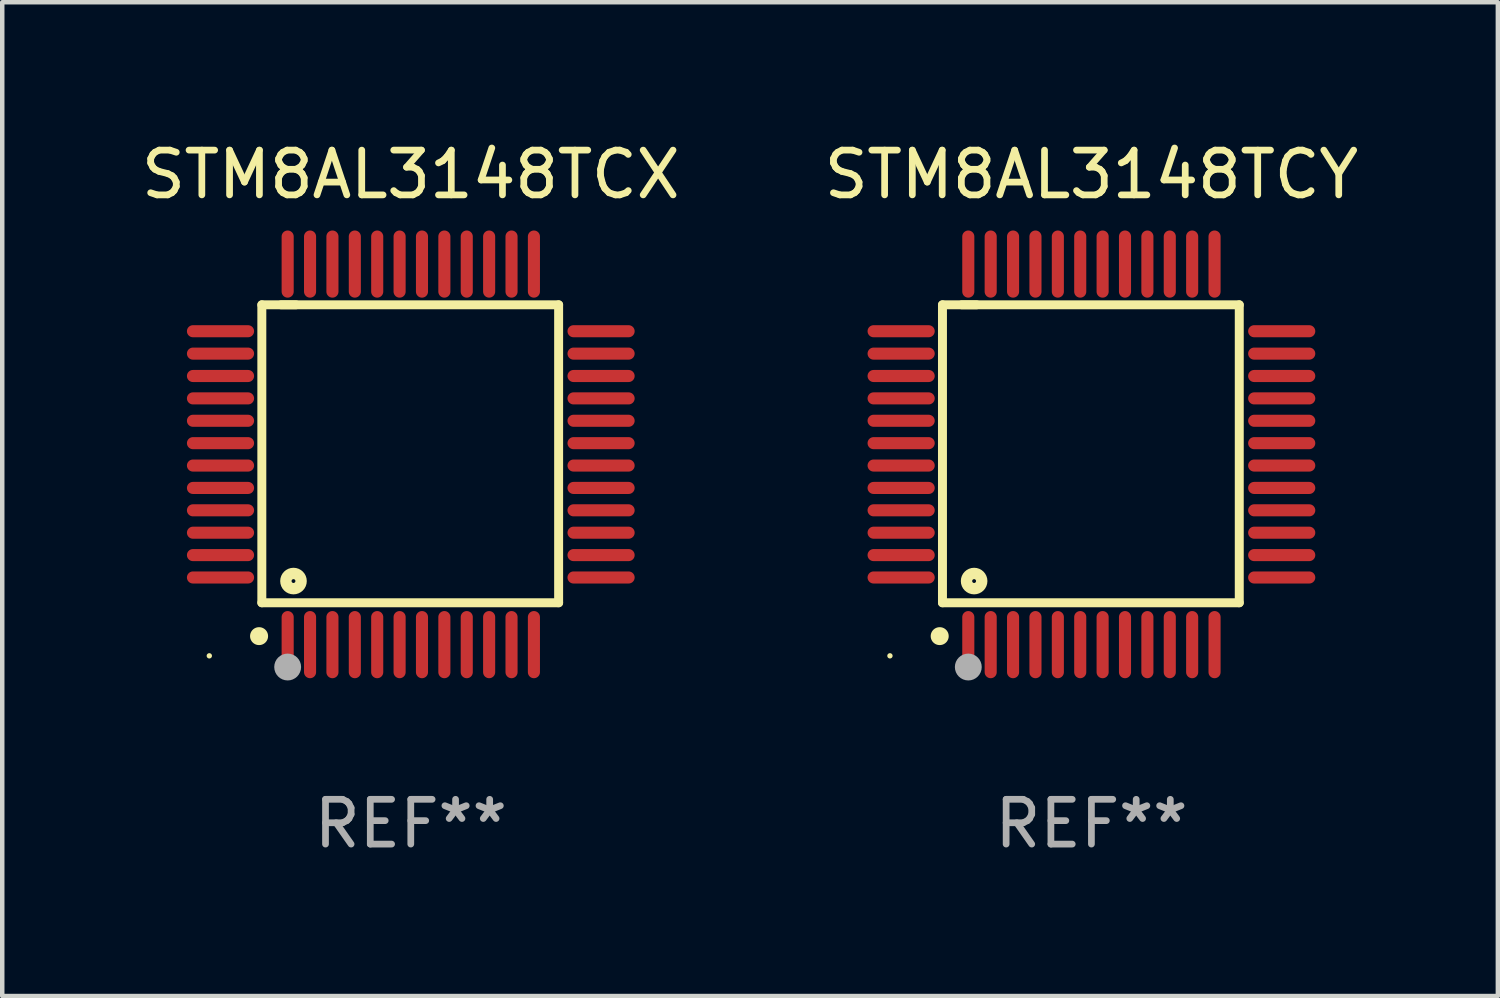
<source format=kicad_pcb>
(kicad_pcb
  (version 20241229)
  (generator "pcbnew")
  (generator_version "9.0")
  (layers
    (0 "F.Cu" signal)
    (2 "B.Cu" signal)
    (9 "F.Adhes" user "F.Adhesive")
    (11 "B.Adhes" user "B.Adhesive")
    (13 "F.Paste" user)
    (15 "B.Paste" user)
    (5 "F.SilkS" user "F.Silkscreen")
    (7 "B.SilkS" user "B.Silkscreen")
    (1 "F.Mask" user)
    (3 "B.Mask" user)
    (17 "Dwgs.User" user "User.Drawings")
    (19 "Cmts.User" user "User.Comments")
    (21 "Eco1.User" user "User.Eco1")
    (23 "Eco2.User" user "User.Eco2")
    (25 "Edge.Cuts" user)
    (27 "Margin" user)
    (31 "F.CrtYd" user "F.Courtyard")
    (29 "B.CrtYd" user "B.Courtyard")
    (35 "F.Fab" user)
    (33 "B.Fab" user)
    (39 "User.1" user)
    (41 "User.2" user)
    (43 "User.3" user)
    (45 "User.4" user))
  (footprint "STM8AL3148TCY"
    (layer "F.Cu")
    (at 21.327 7.098)
    (property "Reference" "STM8AL3148TCY" (at 0 -6.25 0) (layer "F.SilkS") (effects (font (size 1 1) (thickness 0.15))))
    (attr through_hole)
    (fp_line (start -3.327 -3.34) (end -2.565 -3.34) (stroke (width 0.2) (type solid)) (layer "F.SilkS"))
    (fp_line (start -3.327 3.315) (end -3.327 -3.34) (stroke (width 0.2) (type solid)) (layer "F.SilkS"))
    (fp_line (start -2.896 -3.34) (end 3.302 -3.34) (stroke (width 0.2) (type solid)) (layer "F.SilkS"))
    (fp_line (start 3.302 -3.34) (end 3.302 3.315) (stroke (width 0.2) (type solid)) (layer "F.SilkS"))
    (fp_line (start 3.302 3.315) (end -3.327 3.315) (stroke (width 0.2) (type solid)) (layer "F.SilkS"))
    (fp_arc (start -3.389992 4.059995) (mid -3.388722 4.059991) (end -3.387452 4.059995) (stroke (width 0.4) (type solid)) (layer "F.SilkS"))
    (fp_circle (center -4.5 4.5) (end -4.47 4.5) (stroke (width 0.06) (type solid)) (fill no) (layer "F.SilkS"))
    (fp_circle (center -2.62 2.83) (end -2.45 2.83) (stroke (width 0.254) (type solid)) (fill no) (layer "F.SilkS"))
    (fp_circle (center -2.75 4.75) (end -2.6 4.75) (stroke (width 0.3) (type solid)) (fill no) (layer "F.Fab"))
    (fp_text user "REF**" (at 0 8.25 0) (layer "F.Fab") (effects (font (size 1 1) (thickness 0.15))))
    (pad "1" smd oval (at -2.75 4.25) (size 0.27 1.5) (layers "F.Cu" "F.Mask" "F.Paste"))
    (pad "2" smd oval (at -2.25 4.25) (size 0.27 1.5) (layers "F.Cu" "F.Mask" "F.Paste"))
    (pad "3" smd oval (at -1.75 4.25) (size 0.27 1.5) (layers "F.Cu" "F.Mask" "F.Paste"))
    (pad "4" smd oval (at -1.25 4.25) (size 0.27 1.5) (layers "F.Cu" "F.Mask" "F.Paste"))
    (pad "5" smd oval (at -0.75 4.25) (size 0.27 1.5) (layers "F.Cu" "F.Mask" "F.Paste"))
    (pad "6" smd oval (at -0.25 4.25) (size 0.27 1.5) (layers "F.Cu" "F.Mask" "F.Paste"))
    (pad "7" smd oval (at 0.25 4.25) (size 0.27 1.5) (layers "F.Cu" "F.Mask" "F.Paste"))
    (pad "8" smd oval (at 0.75 4.25) (size 0.27 1.5) (layers "F.Cu" "F.Mask" "F.Paste"))
    (pad "9" smd oval (at 1.25 4.25) (size 0.27 1.5) (layers "F.Cu" "F.Mask" "F.Paste"))
    (pad "10" smd oval (at 1.75 4.25) (size 0.27 1.5) (layers "F.Cu" "F.Mask" "F.Paste"))
    (pad "11" smd oval (at 2.25 4.25) (size 0.27 1.5) (layers "F.Cu" "F.Mask" "F.Paste"))
    (pad "12" smd oval (at 2.75 4.25) (size 0.27 1.5) (layers "F.Cu" "F.Mask" "F.Paste"))
    (pad "13" smd oval (at 4.25 2.75) (size 1.5 0.27) (layers "F.Cu" "F.Mask" "F.Paste"))
    (pad "14" smd oval (at 4.25 2.25) (size 1.5 0.27) (layers "F.Cu" "F.Mask" "F.Paste"))
    (pad "15" smd oval (at 4.25 1.75) (size 1.5 0.27) (layers "F.Cu" "F.Mask" "F.Paste"))
    (pad "16" smd oval (at 4.25 1.25) (size 1.5 0.27) (layers "F.Cu" "F.Mask" "F.Paste"))
    (pad "17" smd oval (at 4.25 0.75) (size 1.5 0.27) (layers "F.Cu" "F.Mask" "F.Paste"))
    (pad "18" smd oval (at 4.25 0.25) (size 1.5 0.27) (layers "F.Cu" "F.Mask" "F.Paste"))
    (pad "19" smd oval (at 4.25 -0.25) (size 1.5 0.27) (layers "F.Cu" "F.Mask" "F.Paste"))
    (pad "20" smd oval (at 4.25 -0.75) (size 1.5 0.27) (layers "F.Cu" "F.Mask" "F.Paste"))
    (pad "21" smd oval (at 4.25 -1.25) (size 1.5 0.27) (layers "F.Cu" "F.Mask" "F.Paste"))
    (pad "22" smd oval (at 4.25 -1.75) (size 1.5 0.27) (layers "F.Cu" "F.Mask" "F.Paste"))
    (pad "23" smd oval (at 4.25 -2.25) (size 1.5 0.27) (layers "F.Cu" "F.Mask" "F.Paste"))
    (pad "24" smd oval (at 4.25 -2.75) (size 1.5 0.27) (layers "F.Cu" "F.Mask" "F.Paste"))
    (pad "25" smd oval (at 2.75 -4.25) (size 0.27 1.5) (layers "F.Cu" "F.Mask" "F.Paste"))
    (pad "26" smd oval (at 2.25 -4.25) (size 0.27 1.5) (layers "F.Cu" "F.Mask" "F.Paste"))
    (pad "27" smd oval (at 1.75 -4.25) (size 0.27 1.5) (layers "F.Cu" "F.Mask" "F.Paste"))
    (pad "28" smd oval (at 1.25 -4.25) (size 0.27 1.5) (layers "F.Cu" "F.Mask" "F.Paste"))
    (pad "29" smd oval (at 0.75 -4.25) (size 0.27 1.5) (layers "F.Cu" "F.Mask" "F.Paste"))
    (pad "30" smd oval (at 0.25 -4.25) (size 0.27 1.5) (layers "F.Cu" "F.Mask" "F.Paste"))
    (pad "31" smd oval (at -0.25 -4.25) (size 0.27 1.5) (layers "F.Cu" "F.Mask" "F.Paste"))
    (pad "32" smd oval (at -0.75 -4.25) (size 0.27 1.5) (layers "F.Cu" "F.Mask" "F.Paste"))
    (pad "33" smd oval (at -1.25 -4.25) (size 0.27 1.5) (layers "F.Cu" "F.Mask" "F.Paste"))
    (pad "34" smd oval (at -1.75 -4.25) (size 0.27 1.5) (layers "F.Cu" "F.Mask" "F.Paste"))
    (pad "35" smd oval (at -2.25 -4.25) (size 0.27 1.5) (layers "F.Cu" "F.Mask" "F.Paste"))
    (pad "36" smd oval (at -2.75 -4.25) (size 0.27 1.5) (layers "F.Cu" "F.Mask" "F.Paste"))
    (pad "37" smd oval (at -4.25 -2.75) (size 1.5 0.27) (layers "F.Cu" "F.Mask" "F.Paste"))
    (pad "38" smd oval (at -4.25 -2.25) (size 1.5 0.27) (layers "F.Cu" "F.Mask" "F.Paste"))
    (pad "39" smd oval (at -4.25 -1.75) (size 1.5 0.27) (layers "F.Cu" "F.Mask" "F.Paste"))
    (pad "40" smd oval (at -4.25 -1.25) (size 1.5 0.27) (layers "F.Cu" "F.Mask" "F.Paste"))
    (pad "41" smd oval (at -4.25 -0.75) (size 1.5 0.27) (layers "F.Cu" "F.Mask" "F.Paste"))
    (pad "42" smd oval (at -4.25 -0.25) (size 1.5 0.27) (layers "F.Cu" "F.Mask" "F.Paste"))
    (pad "43" smd oval (at -4.25 0.25) (size 1.5 0.27) (layers "F.Cu" "F.Mask" "F.Paste"))
    (pad "44" smd oval (at -4.25 0.75) (size 1.5 0.27) (layers "F.Cu" "F.Mask" "F.Paste"))
    (pad "45" smd oval (at -4.25 1.25) (size 1.5 0.27) (layers "F.Cu" "F.Mask" "F.Paste"))
    (pad "46" smd oval (at -4.25 1.75) (size 1.5 0.27) (layers "F.Cu" "F.Mask" "F.Paste"))
    (pad "47" smd oval (at -4.25 2.25) (size 1.5 0.27) (layers "F.Cu" "F.Mask" "F.Paste"))
    (pad "48" smd oval (at -4.25 2.75) (size 1.5 0.27) (layers "F.Cu" "F.Mask" "F.Paste")))
  (footprint "STM8AL3148TCX"
    (layer "F.Cu")
    (at 6.125 7.098)
    (property "Reference" "STM8AL3148TCX" (at 0 -6.25 0) (layer "F.SilkS") (effects (font (size 1 1) (thickness 0.15))))
    (attr through_hole)
    (fp_line (start -3.327 -3.34) (end -2.565 -3.34) (stroke (width 0.2) (type solid)) (layer "F.SilkS"))
    (fp_line (start -3.327 3.315) (end -3.327 -3.34) (stroke (width 0.2) (type solid)) (layer "F.SilkS"))
    (fp_line (start -2.896 -3.34) (end 3.302 -3.34) (stroke (width 0.2) (type solid)) (layer "F.SilkS"))
    (fp_line (start 3.302 -3.34) (end 3.302 3.315) (stroke (width 0.2) (type solid)) (layer "F.SilkS"))
    (fp_line (start 3.302 3.315) (end -3.327 3.315) (stroke (width 0.2) (type solid)) (layer "F.SilkS"))
    (fp_arc (start -3.389992 4.059995) (mid -3.388722 4.059991) (end -3.387452 4.059995) (stroke (width 0.4) (type solid)) (layer "F.SilkS"))
    (fp_circle (center -4.5 4.5) (end -4.47 4.5) (stroke (width 0.06) (type solid)) (fill no) (layer "F.SilkS"))
    (fp_circle (center -2.62 2.83) (end -2.45 2.83) (stroke (width 0.254) (type solid)) (fill no) (layer "F.SilkS"))
    (fp_circle (center -2.75 4.75) (end -2.6 4.75) (stroke (width 0.3) (type solid)) (fill no) (layer "F.Fab"))
    (fp_text user "REF**" (at 0 8.25 0) (layer "F.Fab") (effects (font (size 1 1) (thickness 0.15))))
    (pad "1" smd oval (at -2.75 4.25) (size 0.27 1.5) (layers "F.Cu" "F.Mask" "F.Paste"))
    (pad "2" smd oval (at -2.25 4.25) (size 0.27 1.5) (layers "F.Cu" "F.Mask" "F.Paste"))
    (pad "3" smd oval (at -1.75 4.25) (size 0.27 1.5) (layers "F.Cu" "F.Mask" "F.Paste"))
    (pad "4" smd oval (at -1.25 4.25) (size 0.27 1.5) (layers "F.Cu" "F.Mask" "F.Paste"))
    (pad "5" smd oval (at -0.75 4.25) (size 0.27 1.5) (layers "F.Cu" "F.Mask" "F.Paste"))
    (pad "6" smd oval (at -0.25 4.25) (size 0.27 1.5) (layers "F.Cu" "F.Mask" "F.Paste"))
    (pad "7" smd oval (at 0.25 4.25) (size 0.27 1.5) (layers "F.Cu" "F.Mask" "F.Paste"))
    (pad "8" smd oval (at 0.75 4.25) (size 0.27 1.5) (layers "F.Cu" "F.Mask" "F.Paste"))
    (pad "9" smd oval (at 1.25 4.25) (size 0.27 1.5) (layers "F.Cu" "F.Mask" "F.Paste"))
    (pad "10" smd oval (at 1.75 4.25) (size 0.27 1.5) (layers "F.Cu" "F.Mask" "F.Paste"))
    (pad "11" smd oval (at 2.25 4.25) (size 0.27 1.5) (layers "F.Cu" "F.Mask" "F.Paste"))
    (pad "12" smd oval (at 2.75 4.25) (size 0.27 1.5) (layers "F.Cu" "F.Mask" "F.Paste"))
    (pad "13" smd oval (at 4.25 2.75) (size 1.5 0.27) (layers "F.Cu" "F.Mask" "F.Paste"))
    (pad "14" smd oval (at 4.25 2.25) (size 1.5 0.27) (layers "F.Cu" "F.Mask" "F.Paste"))
    (pad "15" smd oval (at 4.25 1.75) (size 1.5 0.27) (layers "F.Cu" "F.Mask" "F.Paste"))
    (pad "16" smd oval (at 4.25 1.25) (size 1.5 0.27) (layers "F.Cu" "F.Mask" "F.Paste"))
    (pad "17" smd oval (at 4.25 0.75) (size 1.5 0.27) (layers "F.Cu" "F.Mask" "F.Paste"))
    (pad "18" smd oval (at 4.25 0.25) (size 1.5 0.27) (layers "F.Cu" "F.Mask" "F.Paste"))
    (pad "19" smd oval (at 4.25 -0.25) (size 1.5 0.27) (layers "F.Cu" "F.Mask" "F.Paste"))
    (pad "20" smd oval (at 4.25 -0.75) (size 1.5 0.27) (layers "F.Cu" "F.Mask" "F.Paste"))
    (pad "21" smd oval (at 4.25 -1.25) (size 1.5 0.27) (layers "F.Cu" "F.Mask" "F.Paste"))
    (pad "22" smd oval (at 4.25 -1.75) (size 1.5 0.27) (layers "F.Cu" "F.Mask" "F.Paste"))
    (pad "23" smd oval (at 4.25 -2.25) (size 1.5 0.27) (layers "F.Cu" "F.Mask" "F.Paste"))
    (pad "24" smd oval (at 4.25 -2.75) (size 1.5 0.27) (layers "F.Cu" "F.Mask" "F.Paste"))
    (pad "25" smd oval (at 2.75 -4.25) (size 0.27 1.5) (layers "F.Cu" "F.Mask" "F.Paste"))
    (pad "26" smd oval (at 2.25 -4.25) (size 0.27 1.5) (layers "F.Cu" "F.Mask" "F.Paste"))
    (pad "27" smd oval (at 1.75 -4.25) (size 0.27 1.5) (layers "F.Cu" "F.Mask" "F.Paste"))
    (pad "28" smd oval (at 1.25 -4.25) (size 0.27 1.5) (layers "F.Cu" "F.Mask" "F.Paste"))
    (pad "29" smd oval (at 0.75 -4.25) (size 0.27 1.5) (layers "F.Cu" "F.Mask" "F.Paste"))
    (pad "30" smd oval (at 0.25 -4.25) (size 0.27 1.5) (layers "F.Cu" "F.Mask" "F.Paste"))
    (pad "31" smd oval (at -0.25 -4.25) (size 0.27 1.5) (layers "F.Cu" "F.Mask" "F.Paste"))
    (pad "32" smd oval (at -0.75 -4.25) (size 0.27 1.5) (layers "F.Cu" "F.Mask" "F.Paste"))
    (pad "33" smd oval (at -1.25 -4.25) (size 0.27 1.5) (layers "F.Cu" "F.Mask" "F.Paste"))
    (pad "34" smd oval (at -1.75 -4.25) (size 0.27 1.5) (layers "F.Cu" "F.Mask" "F.Paste"))
    (pad "35" smd oval (at -2.25 -4.25) (size 0.27 1.5) (layers "F.Cu" "F.Mask" "F.Paste"))
    (pad "36" smd oval (at -2.75 -4.25) (size 0.27 1.5) (layers "F.Cu" "F.Mask" "F.Paste"))
    (pad "37" smd oval (at -4.25 -2.75) (size 1.5 0.27) (layers "F.Cu" "F.Mask" "F.Paste"))
    (pad "38" smd oval (at -4.25 -2.25) (size 1.5 0.27) (layers "F.Cu" "F.Mask" "F.Paste"))
    (pad "39" smd oval (at -4.25 -1.75) (size 1.5 0.27) (layers "F.Cu" "F.Mask" "F.Paste"))
    (pad "40" smd oval (at -4.25 -1.25) (size 1.5 0.27) (layers "F.Cu" "F.Mask" "F.Paste"))
    (pad "41" smd oval (at -4.25 -0.75) (size 1.5 0.27) (layers "F.Cu" "F.Mask" "F.Paste"))
    (pad "42" smd oval (at -4.25 -0.25) (size 1.5 0.27) (layers "F.Cu" "F.Mask" "F.Paste"))
    (pad "43" smd oval (at -4.25 0.25) (size 1.5 0.27) (layers "F.Cu" "F.Mask" "F.Paste"))
    (pad "44" smd oval (at -4.25 0.75) (size 1.5 0.27) (layers "F.Cu" "F.Mask" "F.Paste"))
    (pad "45" smd oval (at -4.25 1.25) (size 1.5 0.27) (layers "F.Cu" "F.Mask" "F.Paste"))
    (pad "46" smd oval (at -4.25 1.75) (size 1.5 0.27) (layers "F.Cu" "F.Mask" "F.Paste"))
    (pad "47" smd oval (at -4.25 2.25) (size 1.5 0.27) (layers "F.Cu" "F.Mask" "F.Paste"))
    (pad "48" smd oval (at -4.25 2.75) (size 1.5 0.27) (layers "F.Cu" "F.Mask" "F.Paste")))
  (gr_rect
    (start -3 -3)
    (end 30.405 19.196)
    (stroke (width 0.1) (type default))
    (fill no)
    (layer "Edge.Cuts")))
</source>
